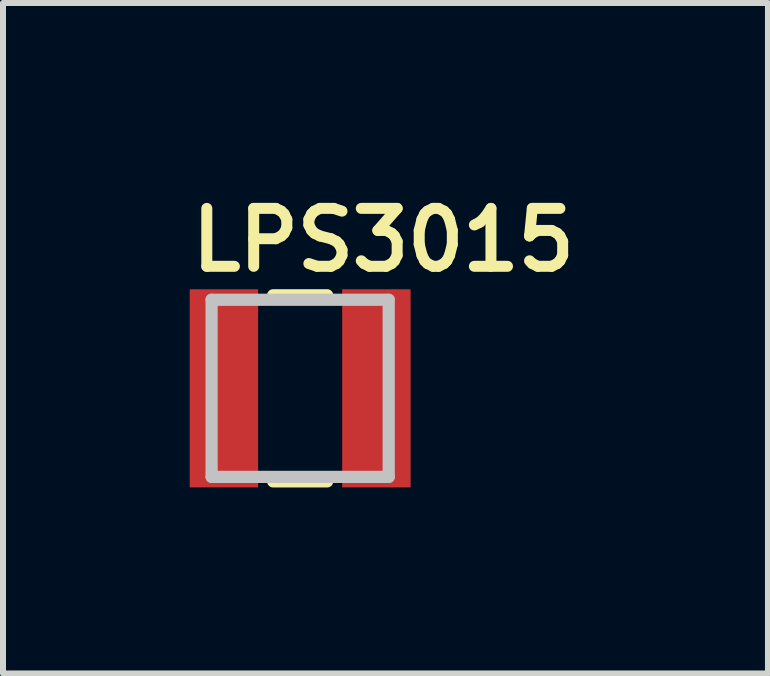
<source format=kicad_pcb>
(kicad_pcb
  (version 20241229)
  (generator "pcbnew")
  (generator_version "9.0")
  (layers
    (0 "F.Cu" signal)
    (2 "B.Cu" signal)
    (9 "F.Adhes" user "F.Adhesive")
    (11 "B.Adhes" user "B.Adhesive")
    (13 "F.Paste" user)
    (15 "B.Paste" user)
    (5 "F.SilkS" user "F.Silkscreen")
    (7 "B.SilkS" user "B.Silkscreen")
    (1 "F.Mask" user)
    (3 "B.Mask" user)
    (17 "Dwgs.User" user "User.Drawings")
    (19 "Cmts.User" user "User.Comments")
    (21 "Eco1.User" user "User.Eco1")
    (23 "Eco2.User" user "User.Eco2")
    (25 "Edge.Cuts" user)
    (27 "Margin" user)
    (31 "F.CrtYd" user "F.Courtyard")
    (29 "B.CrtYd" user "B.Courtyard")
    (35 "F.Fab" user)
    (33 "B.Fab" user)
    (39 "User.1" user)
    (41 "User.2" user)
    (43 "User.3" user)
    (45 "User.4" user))
  (footprint "LPS3015"
    (layer "F.Cu")
    (at 1.95 3.419)
    (property "Reference" "LPS3015" (at -1.905 -1.905 0) (layer "F.SilkS") (effects (font (size 0.965 0.965) (thickness 0.183)) (justify left bottom)))
    (attr through_hole)
    (fp_poly (pts (xy -1.95 -0.85) (xy -0.6 -0.85) (xy -0.6 -1.75) (xy -1.95 -1.75)) (stroke (width 0) (type solid)) (fill yes) (layer "F.Mask"))
    (fp_poly (pts (xy -1.95 0.85) (xy -1.2 0.85) (xy -1.2 -0.85) (xy -1.95 -0.85)) (stroke (width 0) (type solid)) (fill yes) (layer "F.Mask"))
    (fp_poly (pts (xy -1.95 1.75) (xy -0.6 1.75) (xy -0.6 0.85) (xy -1.95 0.85)) (stroke (width 0) (type solid)) (fill yes) (layer "F.Mask"))
    (fp_poly (pts (xy 0.6 -0.85) (xy 1.95 -0.85) (xy 1.95 -1.75) (xy 0.6 -1.75)) (stroke (width 0) (type solid)) (fill yes) (layer "F.Mask"))
    (fp_poly (pts (xy 0.6 1.75) (xy 1.95 1.75) (xy 1.95 0.85) (xy 0.6 0.85)) (stroke (width 0) (type solid)) (fill yes) (layer "F.Mask"))
    (fp_poly (pts (xy 1.2 0.85) (xy 1.95 0.85) (xy 1.95 -0.85) (xy 1.2 -0.85)) (stroke (width 0) (type solid)) (fill yes) (layer "F.Mask"))
    (fp_line (start -0.45 -1.55) (end 0.45 -1.55) (stroke (width 0.203) (type solid)) (layer "F.SilkS"))
    (fp_line (start -0.45 1.55) (end 0.45 1.55) (stroke (width 0.203) (type solid)) (layer "F.SilkS"))
    (fp_poly (pts (xy -1.75 -0.85) (xy -0.75 -0.85) (xy -0.75 -1.55) (xy -1.75 -1.55)) (stroke (width 0) (type solid)) (fill yes) (layer "F.Paste"))
    (fp_poly (pts (xy -1.75 0.85) (xy -1.2 0.85) (xy -1.2 -0.85) (xy -1.75 -0.85)) (stroke (width 0) (type solid)) (fill yes) (layer "F.Paste"))
    (fp_poly (pts (xy -1.75 1.55) (xy -0.8 1.55) (xy -0.8 0.85) (xy -1.75 0.85)) (stroke (width 0) (type solid)) (fill yes) (layer "F.Paste"))
    (fp_poly (pts (xy 0.8 -0.85) (xy 1.75 -0.85) (xy 1.75 -1.55) (xy 0.8 -1.55)) (stroke (width 0) (type solid)) (fill yes) (layer "F.Paste"))
    (fp_poly (pts (xy 0.8 1.55) (xy 1.75 1.55) (xy 1.75 0.85) (xy 0.8 0.85)) (stroke (width 0) (type solid)) (fill yes) (layer "F.Paste"))
    (fp_poly (pts (xy 1.2 0.85) (xy 1.75 0.85) (xy 1.75 -0.85) (xy 1.2 -0.85)) (stroke (width 0) (type solid)) (fill yes) (layer "F.Paste"))
    (fp_line (start -1.475 -1.475) (end 1.475 -1.475) (stroke (width 0.203) (type solid)) (layer "Dwgs.User"))
    (fp_line (start -1.475 1.475) (end -1.475 -1.475) (stroke (width 0.203) (type solid)) (layer "Dwgs.User"))
    (fp_line (start 1.475 -1.475) (end 1.475 1.475) (stroke (width 0.203) (type solid)) (layer "Dwgs.User"))
    (fp_line (start 1.475 1.475) (end -1.475 1.475) (stroke (width 0.203) (type solid)) (layer "Dwgs.User"))
    (pad "1" smd rect (at -1.27 0 90) (size 3.3 1.14) (layers "F.Cu" "F.Mask" "F.Paste"))
    (pad "2" smd rect (at 1.27 0 90) (size 3.3 1.14) (layers "F.Cu" "F.Mask" "F.Paste")))
  (gr_rect
    (start -3 -3)
    (end 9.743 8.169)
    (stroke (width 0.1) (type default))
    (fill no)
    (layer "Edge.Cuts")))
</source>
